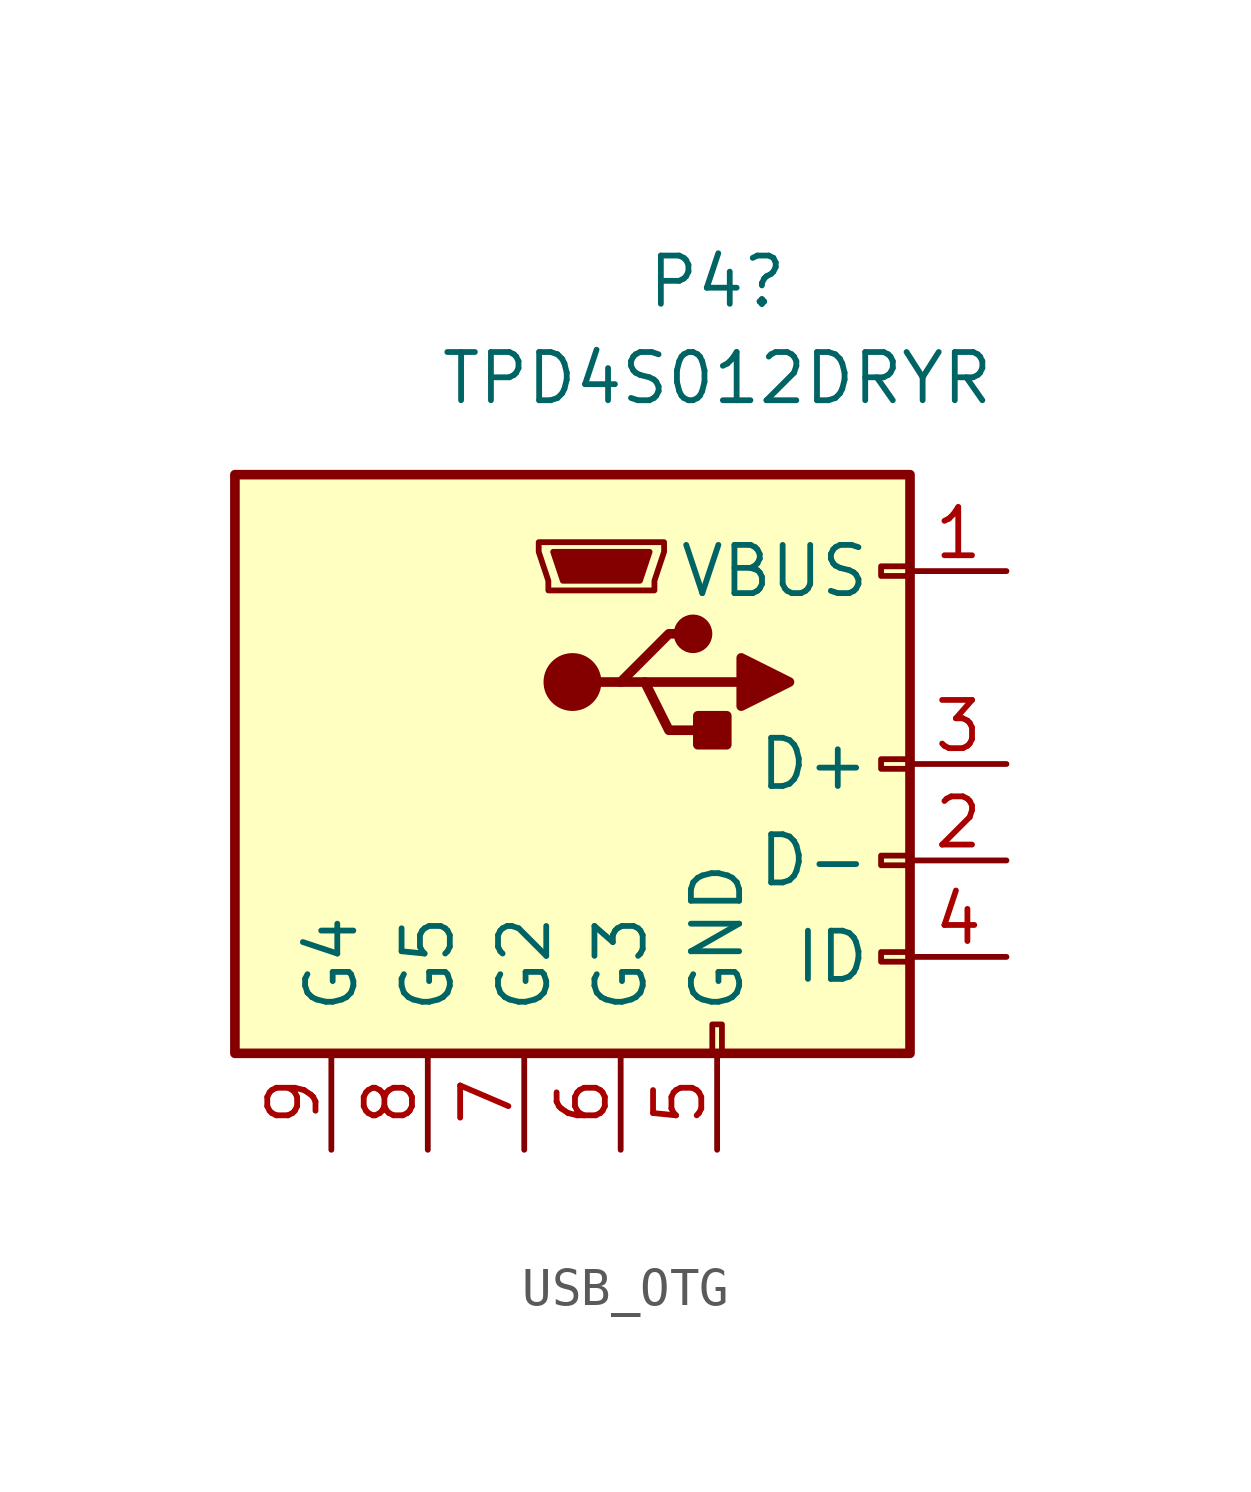
<source format=kicad_sym>
(kicad_symbol_lib
  (version 20231120)
  (generator "kicad_symbol_editor")
  (generator_version "8.0")
  (symbol "USB_OTG"
    (pin_names
      (offset 1.016))
    (property "Reference" "P4"
      (at 0 12.7 0)
      (effects (font (size 1.27 1.27))))
    (property "Value" "TPD4S012DRYR"
      (at 0 10.16 0)
      (effects (font (size 1.27 1.27))))
    (symbol "USB_OTG_0_1"
      (rectangle (start -12.7 7.62) (end 5.08 -7.62) (stroke (width 0.254) (type default)) (fill (type background)))
      (circle (center -3.81 2.159) (radius 0.635) (stroke (width 0.254) (type default)) (fill (type outline)))
      (circle (center -0.635 3.429) (radius 0.381) (stroke (width 0.254) (type default)) (fill (type outline)))
      (rectangle (start -0.127 -7.62) (end 0.127 -6.858) (stroke (width 0) (type default)) (fill (type none)))
      (polyline (pts (xy -1.905 2.159) (xy 0.635 2.159)) (stroke (width 0.254) (type default)) (fill (type none)))
      (polyline (pts (xy -3.175 2.159) (xy -2.54 2.159) (xy -1.27 3.429) (xy -0.635 3.429)) (stroke (width 0.254) (type default)) (fill (type none)))
      (polyline (pts (xy -2.54 2.159) (xy -1.905 2.159) (xy -1.27 0.889) (xy 0 0.889)) (stroke (width 0.254) (type default)) (fill (type none)))
      (polyline (pts (xy 0.635 2.794) (xy 0.635 1.524) (xy 1.905 2.159) (xy 0.635 2.794)) (stroke (width 0.254) (type default)) (fill (type outline)))
      (polyline (pts (xy -4.318 5.588) (xy -1.778 5.588) (xy -2.032 4.826) (xy -4.064 4.826) (xy -4.318 5.588)) (stroke (width 0) (type default)) (fill (type outline)))
      (polyline (pts (xy -4.699 5.842) (xy -4.699 5.588) (xy -4.445 4.826) (xy -4.445 4.572) (xy -1.651 4.572) (xy -1.651 4.826) (xy -1.397 5.588) (xy -1.397 5.842) (xy -4.699 5.842)) (stroke (width 0) (type default)) (fill (type none)))
      (rectangle (start 0.254 1.27) (end -0.508 0.508) (stroke (width 0.254) (type default)) (fill (type outline)))
      (rectangle (start 5.08 -5.207) (end 4.318 -4.953) (stroke (width 0) (type default)) (fill (type none)))
      (rectangle (start 5.08 -2.667) (end 4.318 -2.413) (stroke (width 0) (type default)) (fill (type none)))
      (rectangle (start 5.08 -0.127) (end 4.318 0.127) (stroke (width 0) (type default)) (fill (type none)))
      (rectangle (start 5.08 4.953) (end 4.318 5.207) (stroke (width 0) (type default)) (fill (type none))))
    (symbol "USB_OTG_1_1"
      (pin passive line (at 7.62 5.08 180) (length 2.54) (name "VBUS" (effects (font (size 1.27 1.27)))) (number "1" (effects (font (size 1.27 1.27)))))
      (pin bidirectional line (at 7.62 -2.54 180) (length 2.54) (name "D-" (effects (font (size 1.27 1.27)))) (number "2" (effects (font (size 1.27 1.27)))))
      (pin bidirectional line (at 7.62 0 180) (length 2.54) (name "D+" (effects (font (size 1.27 1.27)))) (number "3" (effects (font (size 1.27 1.27)))))
      (pin passive line (at 7.62 -5.08 180) (length 2.54) (name "ID" (effects (font (size 1.27 1.27)))) (number "4" (effects (font (size 1.27 1.27)))))
      (pin passive line (at 0 -10.16 90) (length 2.54) (name "GND" (effects (font (size 1.27 1.27)))) (number "5" (effects (font (size 1.27 1.27)))))
      (pin passive line (at -2.54 -10.16 90) (length 2.54) (name "G3" (effects (font (size 1.27 1.27)))) (number "6" (effects (font (size 1.27 1.27)))))
      (pin passive line (at -5.08 -10.16 90) (length 2.54) (name "G2" (effects (font (size 1.27 1.27)))) (number "7" (effects (font (size 1.27 1.27)))))
      (pin passive line (at -7.62 -10.16 90) (length 2.54) (name "G5" (effects (font (size 1.27 1.27)))) (number "8" (effects (font (size 1.27 1.27)))))
      (pin passive line (at -10.16 -10.16 90) (length 2.54) (name "G4" (effects (font (size 1.27 1.27)))) (number "9" (effects (font (size 1.27 1.27))))))))
</source>
